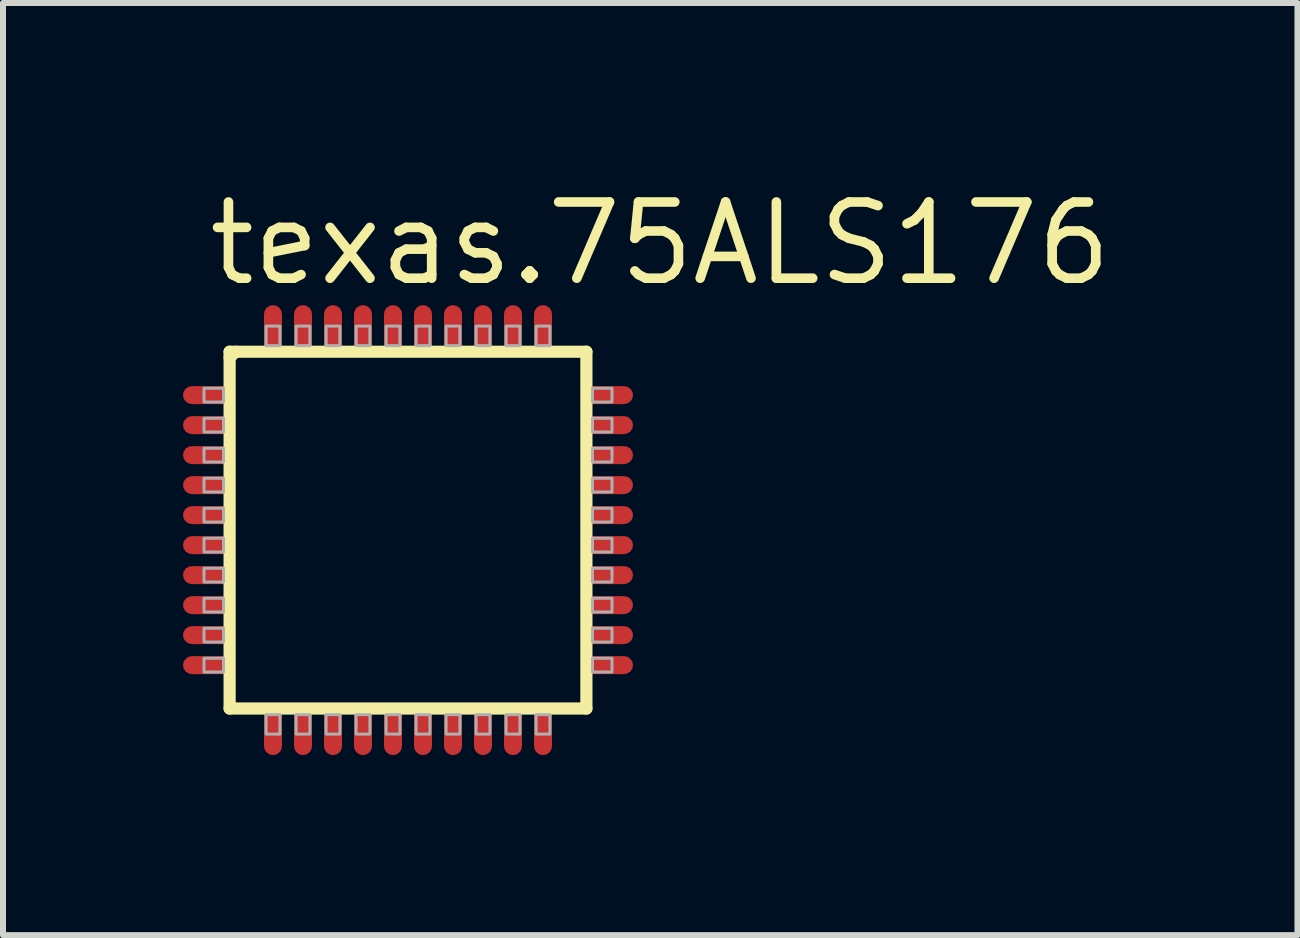
<source format=kicad_pcb>
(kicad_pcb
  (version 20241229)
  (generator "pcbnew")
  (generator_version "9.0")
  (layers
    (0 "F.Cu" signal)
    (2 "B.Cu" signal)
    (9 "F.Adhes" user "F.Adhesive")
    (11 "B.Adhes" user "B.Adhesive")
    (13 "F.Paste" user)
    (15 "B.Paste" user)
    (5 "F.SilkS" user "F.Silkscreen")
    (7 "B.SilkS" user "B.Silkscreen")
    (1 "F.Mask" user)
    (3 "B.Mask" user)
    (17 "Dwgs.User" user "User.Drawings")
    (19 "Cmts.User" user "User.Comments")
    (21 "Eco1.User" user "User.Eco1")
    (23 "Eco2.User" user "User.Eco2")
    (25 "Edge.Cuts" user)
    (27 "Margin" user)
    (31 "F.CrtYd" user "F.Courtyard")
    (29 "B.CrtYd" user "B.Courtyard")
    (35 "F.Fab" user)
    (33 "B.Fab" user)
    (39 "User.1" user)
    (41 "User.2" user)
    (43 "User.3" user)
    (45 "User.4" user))
  (footprint "texas.75ALS176"
    (layer "F.Cu")
    (at 3.75 5.785)
    (property "Reference" "texas.75ALS176" (at -3.4 -4.035 0) (layer "F.SilkS") (effects (font (size 1.27 1.27) (thickness 0.16)) (justify left bottom)))
    (attr smd)
    (fp_line (start -2.973 -2.973) (end -2.973 2.973) (stroke (width 0.203) (type default)) (layer "F.SilkS"))
    (fp_line (start -2.973 -2.875) (end -2.875 -2.973) (stroke (width 0.203) (type default)) (layer "F.SilkS"))
    (fp_line (start -2.973 2.973) (end 2.973 2.973) (stroke (width 0.203) (type default)) (layer "F.SilkS"))
    (fp_line (start 2.973 -2.973) (end -2.973 -2.973) (stroke (width 0.203) (type default)) (layer "F.SilkS"))
    (fp_line (start 2.973 2.973) (end 2.973 -2.973) (stroke (width 0.203) (type default)) (layer "F.SilkS"))
    (fp_rect (start -3.4 -2.135) (end -3.075 -2.365) (stroke (width 0.05) (type default)) (fill no) (layer "F.Fab"))
    (fp_rect (start -3.4 -1.635) (end -3.075 -1.865) (stroke (width 0.05) (type default)) (fill no) (layer "F.Fab"))
    (fp_rect (start -3.4 -1.135) (end -3.075 -1.365) (stroke (width 0.05) (type default)) (fill no) (layer "F.Fab"))
    (fp_rect (start -3.4 -0.635) (end -3.075 -0.865) (stroke (width 0.05) (type default)) (fill no) (layer "F.Fab"))
    (fp_rect (start -3.4 -0.135) (end -3.075 -0.365) (stroke (width 0.05) (type default)) (fill no) (layer "F.Fab"))
    (fp_rect (start -3.4 0.365) (end -3.075 0.135) (stroke (width 0.05) (type default)) (fill no) (layer "F.Fab"))
    (fp_rect (start -3.4 0.865) (end -3.075 0.635) (stroke (width 0.05) (type default)) (fill no) (layer "F.Fab"))
    (fp_rect (start -3.4 1.365) (end -3.075 1.135) (stroke (width 0.05) (type default)) (fill no) (layer "F.Fab"))
    (fp_rect (start -3.4 1.865) (end -3.075 1.635) (stroke (width 0.05) (type default)) (fill no) (layer "F.Fab"))
    (fp_rect (start -3.4 2.365) (end -3.075 2.135) (stroke (width 0.05) (type default)) (fill no) (layer "F.Fab"))
    (fp_rect (start -2.365 -3.075) (end -2.135 -3.4) (stroke (width 0.05) (type default)) (fill no) (layer "F.Fab"))
    (fp_rect (start -2.365 3.4) (end -2.135 3.075) (stroke (width 0.05) (type default)) (fill no) (layer "F.Fab"))
    (fp_rect (start -1.865 -3.075) (end -1.635 -3.4) (stroke (width 0.05) (type default)) (fill no) (layer "F.Fab"))
    (fp_rect (start -1.865 3.4) (end -1.635 3.075) (stroke (width 0.05) (type default)) (fill no) (layer "F.Fab"))
    (fp_rect (start -1.365 -3.075) (end -1.135 -3.4) (stroke (width 0.05) (type default)) (fill no) (layer "F.Fab"))
    (fp_rect (start -1.365 3.4) (end -1.135 3.075) (stroke (width 0.05) (type default)) (fill no) (layer "F.Fab"))
    (fp_rect (start -0.865 -3.075) (end -0.635 -3.4) (stroke (width 0.05) (type default)) (fill no) (layer "F.Fab"))
    (fp_rect (start -0.865 3.4) (end -0.635 3.075) (stroke (width 0.05) (type default)) (fill no) (layer "F.Fab"))
    (fp_rect (start -0.365 -3.075) (end -0.135 -3.4) (stroke (width 0.05) (type default)) (fill no) (layer "F.Fab"))
    (fp_rect (start -0.365 3.4) (end -0.135 3.075) (stroke (width 0.05) (type default)) (fill no) (layer "F.Fab"))
    (fp_rect (start 0.135 -3.075) (end 0.365 -3.4) (stroke (width 0.05) (type default)) (fill no) (layer "F.Fab"))
    (fp_rect (start 0.135 3.4) (end 0.365 3.075) (stroke (width 0.05) (type default)) (fill no) (layer "F.Fab"))
    (fp_rect (start 0.635 -3.075) (end 0.865 -3.4) (stroke (width 0.05) (type default)) (fill no) (layer "F.Fab"))
    (fp_rect (start 0.635 3.4) (end 0.865 3.075) (stroke (width 0.05) (type default)) (fill no) (layer "F.Fab"))
    (fp_rect (start 1.135 -3.075) (end 1.365 -3.4) (stroke (width 0.05) (type default)) (fill no) (layer "F.Fab"))
    (fp_rect (start 1.135 3.4) (end 1.365 3.075) (stroke (width 0.05) (type default)) (fill no) (layer "F.Fab"))
    (fp_rect (start 1.635 -3.075) (end 1.865 -3.4) (stroke (width 0.05) (type default)) (fill no) (layer "F.Fab"))
    (fp_rect (start 1.635 3.4) (end 1.865 3.075) (stroke (width 0.05) (type default)) (fill no) (layer "F.Fab"))
    (fp_rect (start 2.135 -3.075) (end 2.365 -3.4) (stroke (width 0.05) (type default)) (fill no) (layer "F.Fab"))
    (fp_rect (start 2.135 3.4) (end 2.365 3.075) (stroke (width 0.05) (type default)) (fill no) (layer "F.Fab"))
    (fp_rect (start 3.075 -2.135) (end 3.4 -2.365) (stroke (width 0.05) (type default)) (fill no) (layer "F.Fab"))
    (fp_rect (start 3.075 -1.635) (end 3.4 -1.865) (stroke (width 0.05) (type default)) (fill no) (layer "F.Fab"))
    (fp_rect (start 3.075 -1.135) (end 3.4 -1.365) (stroke (width 0.05) (type default)) (fill no) (layer "F.Fab"))
    (fp_rect (start 3.075 -0.635) (end 3.4 -0.865) (stroke (width 0.05) (type default)) (fill no) (layer "F.Fab"))
    (fp_rect (start 3.075 -0.135) (end 3.4 -0.365) (stroke (width 0.05) (type default)) (fill no) (layer "F.Fab"))
    (fp_rect (start 3.075 0.365) (end 3.4 0.135) (stroke (width 0.05) (type default)) (fill no) (layer "F.Fab"))
    (fp_rect (start 3.075 0.865) (end 3.4 0.635) (stroke (width 0.05) (type default)) (fill no) (layer "F.Fab"))
    (fp_rect (start 3.075 1.365) (end 3.4 1.135) (stroke (width 0.05) (type default)) (fill no) (layer "F.Fab"))
    (fp_rect (start 3.075 1.865) (end 3.4 1.635) (stroke (width 0.05) (type default)) (fill no) (layer "F.Fab"))
    (fp_rect (start 3.075 2.365) (end 3.4 2.135) (stroke (width 0.05) (type default)) (fill no) (layer "F.Fab"))
    (pad "1" smd roundrect (at -3.325 -2.25) (size 0.85 0.3) (layers "F.Cu" "F.Mask" "F.Paste") (roundrect_rratio 0.5))
    (pad "2" smd roundrect (at -3.325 -1.75) (size 0.85 0.3) (layers "F.Cu" "F.Mask" "F.Paste") (roundrect_rratio 0.5))
    (pad "3" smd roundrect (at -3.325 -1.25) (size 0.85 0.3) (layers "F.Cu" "F.Mask" "F.Paste") (roundrect_rratio 0.5))
    (pad "4" smd roundrect (at -3.325 -0.75) (size 0.85 0.3) (layers "F.Cu" "F.Mask" "F.Paste") (roundrect_rratio 0.5))
    (pad "5" smd roundrect (at -3.325 -0.25) (size 0.85 0.3) (layers "F.Cu" "F.Mask" "F.Paste") (roundrect_rratio 0.5))
    (pad "6" smd roundrect (at -3.325 0.25) (size 0.85 0.3) (layers "F.Cu" "F.Mask" "F.Paste") (roundrect_rratio 0.5))
    (pad "7" smd roundrect (at -3.325 0.75) (size 0.85 0.3) (layers "F.Cu" "F.Mask" "F.Paste") (roundrect_rratio 0.5))
    (pad "8" smd roundrect (at -3.325 1.25) (size 0.85 0.3) (layers "F.Cu" "F.Mask" "F.Paste") (roundrect_rratio 0.5))
    (pad "9" smd roundrect (at -3.325 1.75) (size 0.85 0.3) (layers "F.Cu" "F.Mask" "F.Paste") (roundrect_rratio 0.5))
    (pad "10" smd roundrect (at -3.325 2.25) (size 0.85 0.3) (layers "F.Cu" "F.Mask" "F.Paste") (roundrect_rratio 0.5))
    (pad "11" smd roundrect (at -2.25 3.325) (size 0.3 0.85) (layers "F.Cu" "F.Mask" "F.Paste") (roundrect_rratio 0.5))
    (pad "12" smd roundrect (at -1.75 3.325) (size 0.3 0.85) (layers "F.Cu" "F.Mask" "F.Paste") (roundrect_rratio 0.5))
    (pad "13" smd roundrect (at -1.25 3.325) (size 0.3 0.85) (layers "F.Cu" "F.Mask" "F.Paste") (roundrect_rratio 0.5))
    (pad "14" smd roundrect (at -0.75 3.325) (size 0.3 0.85) (layers "F.Cu" "F.Mask" "F.Paste") (roundrect_rratio 0.5))
    (pad "15" smd roundrect (at -0.25 3.325) (size 0.3 0.85) (layers "F.Cu" "F.Mask" "F.Paste") (roundrect_rratio 0.5))
    (pad "16" smd roundrect (at 0.25 3.325) (size 0.3 0.85) (layers "F.Cu" "F.Mask" "F.Paste") (roundrect_rratio 0.5))
    (pad "17" smd roundrect (at 0.75 3.325) (size 0.3 0.85) (layers "F.Cu" "F.Mask" "F.Paste") (roundrect_rratio 0.5))
    (pad "18" smd roundrect (at 1.25 3.325) (size 0.3 0.85) (layers "F.Cu" "F.Mask" "F.Paste") (roundrect_rratio 0.5))
    (pad "19" smd roundrect (at 1.75 3.325) (size 0.3 0.85) (layers "F.Cu" "F.Mask" "F.Paste") (roundrect_rratio 0.5))
    (pad "20" smd roundrect (at 2.25 3.325) (size 0.3 0.85) (layers "F.Cu" "F.Mask" "F.Paste") (roundrect_rratio 0.5))
    (pad "21" smd roundrect (at 3.325 2.25) (size 0.85 0.3) (layers "F.Cu" "F.Mask" "F.Paste") (roundrect_rratio 0.5))
    (pad "22" smd roundrect (at 3.325 1.75) (size 0.85 0.3) (layers "F.Cu" "F.Mask" "F.Paste") (roundrect_rratio 0.5))
    (pad "23" smd roundrect (at 3.325 1.25) (size 0.85 0.3) (layers "F.Cu" "F.Mask" "F.Paste") (roundrect_rratio 0.5))
    (pad "24" smd roundrect (at 3.325 0.75) (size 0.85 0.3) (layers "F.Cu" "F.Mask" "F.Paste") (roundrect_rratio 0.5))
    (pad "25" smd roundrect (at 3.325 0.25) (size 0.85 0.3) (layers "F.Cu" "F.Mask" "F.Paste") (roundrect_rratio 0.5))
    (pad "26" smd roundrect (at 3.325 -0.25) (size 0.85 0.3) (layers "F.Cu" "F.Mask" "F.Paste") (roundrect_rratio 0.5))
    (pad "27" smd roundrect (at 3.325 -0.75) (size 0.85 0.3) (layers "F.Cu" "F.Mask" "F.Paste") (roundrect_rratio 0.5))
    (pad "28" smd roundrect (at 3.325 -1.25) (size 0.85 0.3) (layers "F.Cu" "F.Mask" "F.Paste") (roundrect_rratio 0.5))
    (pad "29" smd roundrect (at 3.325 -1.75) (size 0.85 0.3) (layers "F.Cu" "F.Mask" "F.Paste") (roundrect_rratio 0.5))
    (pad "30" smd roundrect (at 3.325 -2.25) (size 0.85 0.3) (layers "F.Cu" "F.Mask" "F.Paste") (roundrect_rratio 0.5))
    (pad "31" smd roundrect (at 2.25 -3.325) (size 0.3 0.85) (layers "F.Cu" "F.Mask" "F.Paste") (roundrect_rratio 0.5))
    (pad "32" smd roundrect (at 1.75 -3.325) (size 0.3 0.85) (layers "F.Cu" "F.Mask" "F.Paste") (roundrect_rratio 0.5))
    (pad "33" smd roundrect (at 1.25 -3.325) (size 0.3 0.85) (layers "F.Cu" "F.Mask" "F.Paste") (roundrect_rratio 0.5))
    (pad "34" smd roundrect (at 0.75 -3.325) (size 0.3 0.85) (layers "F.Cu" "F.Mask" "F.Paste") (roundrect_rratio 0.5))
    (pad "35" smd roundrect (at 0.25 -3.325) (size 0.3 0.85) (layers "F.Cu" "F.Mask" "F.Paste") (roundrect_rratio 0.5))
    (pad "36" smd roundrect (at -0.25 -3.325) (size 0.3 0.85) (layers "F.Cu" "F.Mask" "F.Paste") (roundrect_rratio 0.5))
    (pad "37" smd roundrect (at -0.75 -3.325) (size 0.3 0.85) (layers "F.Cu" "F.Mask" "F.Paste") (roundrect_rratio 0.5))
    (pad "38" smd roundrect (at -1.25 -3.325) (size 0.3 0.85) (layers "F.Cu" "F.Mask" "F.Paste") (roundrect_rratio 0.5))
    (pad "39" smd roundrect (at -1.75 -3.325) (size 0.3 0.85) (layers "F.Cu" "F.Mask" "F.Paste") (roundrect_rratio 0.5))
    (pad "40" smd roundrect (at -2.25 -3.325) (size 0.3 0.85) (layers "F.Cu" "F.Mask" "F.Paste") (roundrect_rratio 0.5)))
  (gr_rect
    (start -3 -3)
    (end 18.574 12.535)
    (stroke (width 0.1) (type default))
    (fill no)
    (layer "Edge.Cuts")))
</source>
